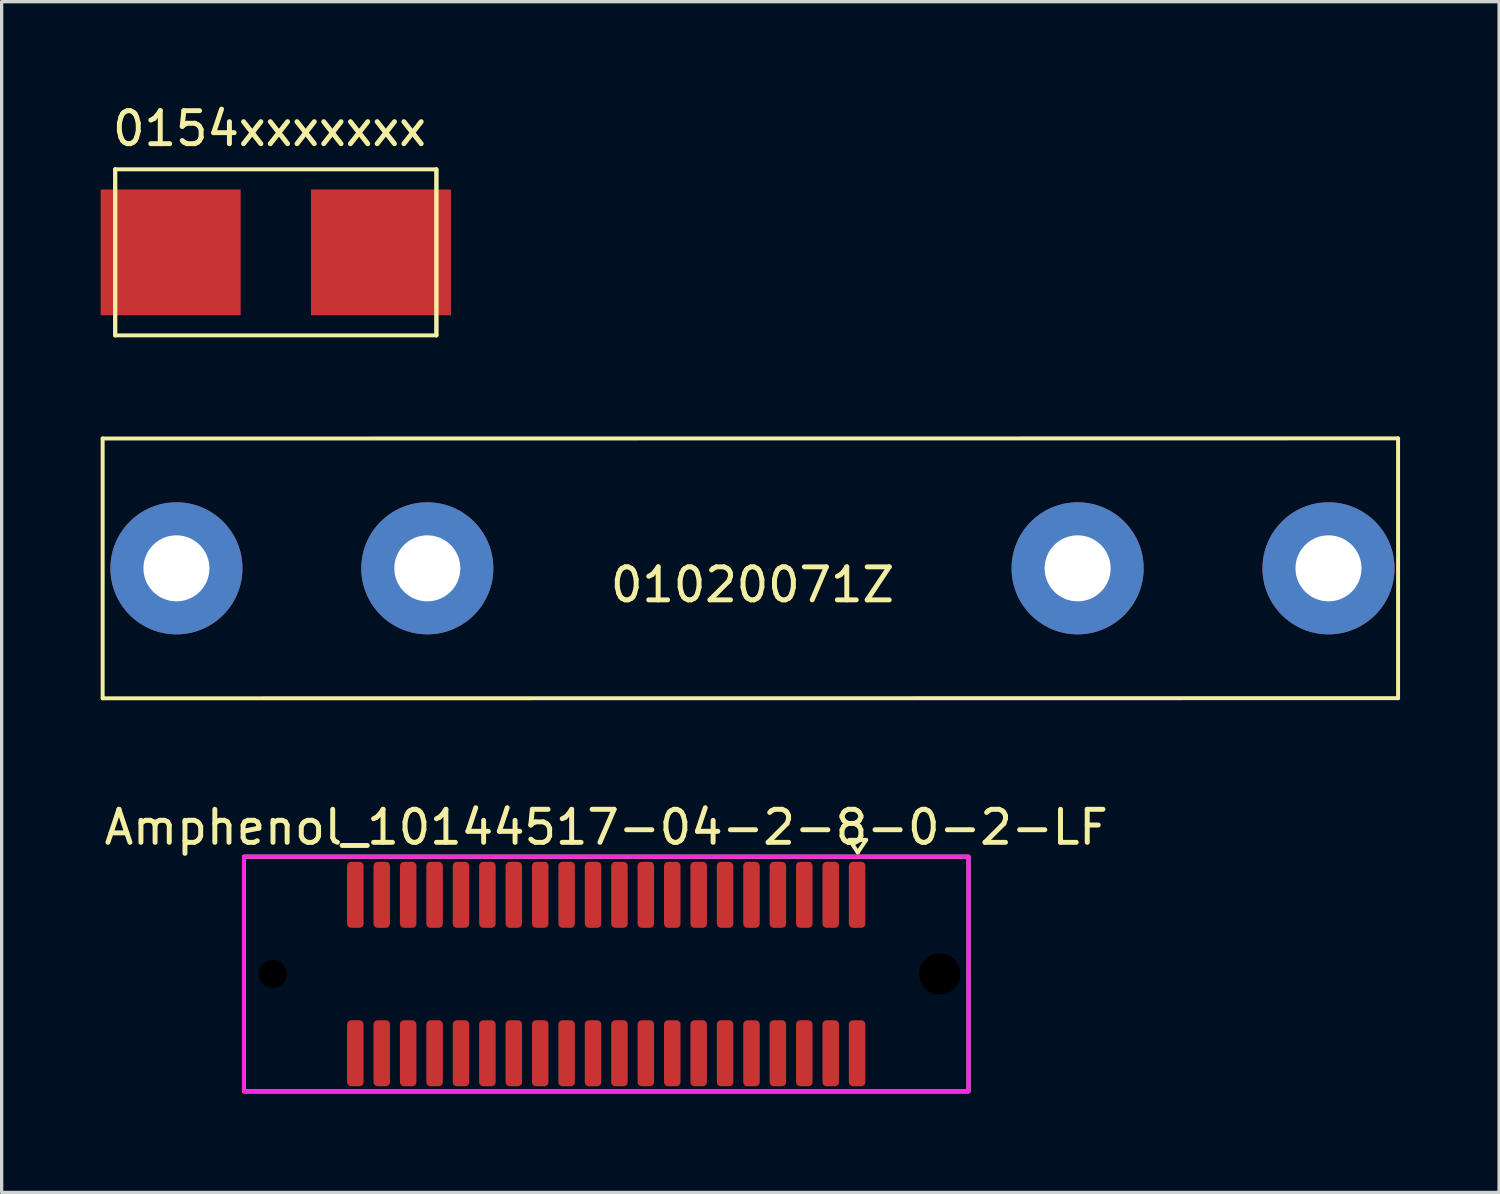
<source format=kicad_pcb>
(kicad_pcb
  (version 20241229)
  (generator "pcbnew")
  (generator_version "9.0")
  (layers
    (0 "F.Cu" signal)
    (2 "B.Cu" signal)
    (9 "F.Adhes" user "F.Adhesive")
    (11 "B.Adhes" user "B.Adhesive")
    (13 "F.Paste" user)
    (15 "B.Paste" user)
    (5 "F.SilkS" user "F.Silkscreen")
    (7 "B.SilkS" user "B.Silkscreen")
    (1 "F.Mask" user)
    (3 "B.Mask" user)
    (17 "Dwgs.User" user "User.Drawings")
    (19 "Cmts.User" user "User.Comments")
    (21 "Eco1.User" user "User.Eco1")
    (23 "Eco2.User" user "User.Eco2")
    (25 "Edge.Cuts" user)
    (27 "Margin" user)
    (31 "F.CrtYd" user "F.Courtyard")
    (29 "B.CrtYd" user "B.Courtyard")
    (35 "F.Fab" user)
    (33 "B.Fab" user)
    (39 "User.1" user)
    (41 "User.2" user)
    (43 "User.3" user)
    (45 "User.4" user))
  (footprint "0154xxxxxxx"
    (layer "F.Cu")
    (at 5.305 4.595)
    (property "Reference" "0154xxxxxxx" (at -0.191 -3.747 0) (layer "F.SilkS") (effects (font (size 1 1) (thickness 0.15))))
    (attr through_hole)
    (fp_line (start -4.865 -2.515) (end -4.865 2.515) (stroke (width 0.12) (type solid)) (layer "F.SilkS"))
    (fp_line (start -4.865 -2.515) (end -4.865 2.515) (stroke (width 0.12) (type solid)) (layer "F.SilkS"))
    (fp_line (start -4.865 -2.515) (end 4.865 -2.515) (stroke (width 0.12) (type solid)) (layer "F.SilkS"))
    (fp_line (start 4.865 -2.515) (end 4.865 2.515) (stroke (width 0.12) (type solid)) (layer "F.SilkS"))
    (fp_line (start 4.865 -2.515) (end 4.865 2.515) (stroke (width 0.12) (type solid)) (layer "F.SilkS"))
    (fp_line (start 4.865 2.515) (end -4.865 2.515) (stroke (width 0.12) (type solid)) (layer "F.SilkS"))
    (pad "1" smd rect (at -3.185 0) (size 4.24 3.81) (layers "F.Cu" "F.Mask" "F.Paste"))
    (pad "2" smd rect (at 3.185 0) (size 4.24 3.81) (layers "F.Cu" "F.Mask" "F.Paste")))
  (footprint "01020071Z"
    (layer "F.Cu")
    (at 19.745 14.167)
    (property "Reference" "01020071Z" (at 0 0.5 0) (layer "F.SilkS") (effects (font (size 1 1) (thickness 0.15))))
    (attr through_hole)
    (fp_line (start -19.685 -3.933) (end 19.558 -3.937) (stroke (width 0.12) (type solid)) (layer "F.SilkS"))
    (fp_line (start -19.685 3.937) (end -19.685 -3.933) (stroke (width 0.12) (type solid)) (layer "F.SilkS"))
    (fp_line (start -19.685 3.937) (end 19.558 3.933) (stroke (width 0.12) (type solid)) (layer "F.SilkS"))
    (fp_line (start 19.558 3.933) (end 19.558 -3.937) (stroke (width 0.12) (type solid)) (layer "F.SilkS"))
    (pad "1" thru_hole circle (at -17.45 0) (size 4 4) (drill 2) (layers "*.Cu" "*.Mask"))
    (pad "1" thru_hole circle (at -9.85 0) (size 4 4) (drill 2) (layers "*.Cu" "*.Mask"))
    (pad "2" thru_hole circle (at 9.85 0) (size 4 4) (drill 2) (layers "*.Cu" "*.Mask"))
    (pad "2" thru_hole circle (at 17.45 0) (size 4 4) (drill 2) (layers "*.Cu" "*.Mask")))
  (footprint "Amphenol_10144517-04-2-8-0-2-LF"
    (layer "F.Cu")
    (at 15.315 26.457)
    (property "Reference" "Amphenol_10144517-04-2-8-0-2-LF" (at 0 -4.445 0) (unlocked yes) (layer "F.SilkS") (effects (font (size 1 1) (thickness 0.15))))
    (attr smd)
    (fp_line (start 7.366 -4.064) (end 7.874 -4.064) (stroke (width 0.12) (type solid)) (layer "F.SilkS"))
    (fp_line (start 7.62 -3.683) (end 7.366 -4.064) (stroke (width 0.12) (type solid)) (layer "F.SilkS"))
    (fp_line (start 7.874 -4.064) (end 7.62 -3.683) (stroke (width 0.12) (type solid)) (layer "F.SilkS"))
    (fp_rect (start -10.975 -3.556) (end 10.975 3.556) (stroke (width 0.12) (type solid)) (fill no) (layer "F.SilkS"))
    (fp_rect (start -10.975 -3.556) (end 10.975 3.556) (stroke (width 0.12) (type solid)) (fill no) (layer "F.CrtYd"))
    (pad "" np_thru_hole circle (at -10.1 0 90) (size 0.85 0.85) (drill 0.85) (layers "*.Mask"))
    (pad "" np_thru_hole circle (at 10.1 0 90) (size 1.25 1.25) (drill 1.25) (layers "*.Mask"))
    (pad "1" smd roundrect (at 7.6 -2.4 90) (size 2 0.5) (layers "F.Cu" "F.Mask" "F.Paste") (roundrect_rratio 0.25))
    (pad "2" smd roundrect (at 7.6 2.4 90) (size 2 0.5) (layers "F.Cu" "F.Mask" "F.Paste") (roundrect_rratio 0.25))
    (pad "3" smd roundrect (at 6.8 -2.4 90) (size 2 0.5) (layers "F.Cu" "F.Mask" "F.Paste") (roundrect_rratio 0.25))
    (pad "4" smd roundrect (at 6.8 2.4 90) (size 2 0.5) (layers "F.Cu" "F.Mask" "F.Paste") (roundrect_rratio 0.25))
    (pad "5" smd roundrect (at 6 -2.4 90) (size 2 0.5) (layers "F.Cu" "F.Mask" "F.Paste") (roundrect_rratio 0.25))
    (pad "6" smd roundrect (at 6 2.4 90) (size 2 0.5) (layers "F.Cu" "F.Mask" "F.Paste") (roundrect_rratio 0.25))
    (pad "7" smd roundrect (at 5.2 -2.4 90) (size 2 0.5) (layers "F.Cu" "F.Mask" "F.Paste") (roundrect_rratio 0.25))
    (pad "8" smd roundrect (at 5.2 2.4 90) (size 2 0.5) (layers "F.Cu" "F.Mask" "F.Paste") (roundrect_rratio 0.25))
    (pad "9" smd roundrect (at 4.4 -2.4 90) (size 2 0.5) (layers "F.Cu" "F.Mask" "F.Paste") (roundrect_rratio 0.25))
    (pad "10" smd roundrect (at 4.4 2.4 90) (size 2 0.5) (layers "F.Cu" "F.Mask" "F.Paste") (roundrect_rratio 0.25))
    (pad "11" smd roundrect (at 3.6 -2.4 90) (size 2 0.5) (layers "F.Cu" "F.Mask" "F.Paste") (roundrect_rratio 0.25))
    (pad "12" smd roundrect (at 3.6 2.4 90) (size 2 0.5) (layers "F.Cu" "F.Mask" "F.Paste") (roundrect_rratio 0.25))
    (pad "13" smd roundrect (at 2.8 -2.4 90) (size 2 0.5) (layers "F.Cu" "F.Mask" "F.Paste") (roundrect_rratio 0.25))
    (pad "14" smd roundrect (at 2.8 2.4 90) (size 2 0.5) (layers "F.Cu" "F.Mask" "F.Paste") (roundrect_rratio 0.25))
    (pad "15" smd roundrect (at 2 -2.4 90) (size 2 0.5) (layers "F.Cu" "F.Mask" "F.Paste") (roundrect_rratio 0.25))
    (pad "16" smd roundrect (at 2 2.4 90) (size 2 0.5) (layers "F.Cu" "F.Mask" "F.Paste") (roundrect_rratio 0.25))
    (pad "17" smd roundrect (at 1.2 -2.4 90) (size 2 0.5) (layers "F.Cu" "F.Mask" "F.Paste") (roundrect_rratio 0.25))
    (pad "18" smd roundrect (at 1.2 2.4 90) (size 2 0.5) (layers "F.Cu" "F.Mask" "F.Paste") (roundrect_rratio 0.25))
    (pad "19" smd roundrect (at 0.4 -2.4 90) (size 2 0.5) (layers "F.Cu" "F.Mask" "F.Paste") (roundrect_rratio 0.25))
    (pad "20" smd roundrect (at 0.4 2.4 90) (size 2 0.5) (layers "F.Cu" "F.Mask" "F.Paste") (roundrect_rratio 0.25))
    (pad "21" smd roundrect (at -0.4 -2.4 90) (size 2 0.5) (layers "F.Cu" "F.Mask" "F.Paste") (roundrect_rratio 0.25))
    (pad "22" smd roundrect (at -0.4 2.4 90) (size 2 0.5) (layers "F.Cu" "F.Mask" "F.Paste") (roundrect_rratio 0.25))
    (pad "23" smd roundrect (at -1.2 -2.4 90) (size 2 0.5) (layers "F.Cu" "F.Mask" "F.Paste") (roundrect_rratio 0.25))
    (pad "24" smd roundrect (at -1.2 2.4 90) (size 2 0.5) (layers "F.Cu" "F.Mask" "F.Paste") (roundrect_rratio 0.25))
    (pad "25" smd roundrect (at -2 -2.4 90) (size 2 0.5) (layers "F.Cu" "F.Mask" "F.Paste") (roundrect_rratio 0.25))
    (pad "26" smd roundrect (at -2 2.4 90) (size 2 0.5) (layers "F.Cu" "F.Mask" "F.Paste") (roundrect_rratio 0.25))
    (pad "27" smd roundrect (at -2.8 -2.4 90) (size 2 0.5) (layers "F.Cu" "F.Mask" "F.Paste") (roundrect_rratio 0.25))
    (pad "28" smd roundrect (at -2.8 2.4 90) (size 2 0.5) (layers "F.Cu" "F.Mask" "F.Paste") (roundrect_rratio 0.25))
    (pad "29" smd roundrect (at -3.6 -2.4 90) (size 2 0.5) (layers "F.Cu" "F.Mask" "F.Paste") (roundrect_rratio 0.25))
    (pad "30" smd roundrect (at -3.6 2.4 90) (size 2 0.5) (layers "F.Cu" "F.Mask" "F.Paste") (roundrect_rratio 0.25))
    (pad "31" smd roundrect (at -4.4 -2.4 90) (size 2 0.5) (layers "F.Cu" "F.Mask" "F.Paste") (roundrect_rratio 0.25))
    (pad "32" smd roundrect (at -4.4 2.4 90) (size 2 0.5) (layers "F.Cu" "F.Mask" "F.Paste") (roundrect_rratio 0.25))
    (pad "33" smd roundrect (at -5.2 -2.4 90) (size 2 0.5) (layers "F.Cu" "F.Mask" "F.Paste") (roundrect_rratio 0.25))
    (pad "34" smd roundrect (at -5.2 2.4 90) (size 2 0.5) (layers "F.Cu" "F.Mask" "F.Paste") (roundrect_rratio 0.25))
    (pad "35" smd roundrect (at -6 -2.4 90) (size 2 0.5) (layers "F.Cu" "F.Mask" "F.Paste") (roundrect_rratio 0.25))
    (pad "36" smd roundrect (at -6 2.4 90) (size 2 0.5) (layers "F.Cu" "F.Mask" "F.Paste") (roundrect_rratio 0.25))
    (pad "37" smd roundrect (at -6.8 -2.4 90) (size 2 0.5) (layers "F.Cu" "F.Mask" "F.Paste") (roundrect_rratio 0.25))
    (pad "38" smd roundrect (at -6.8 2.4 90) (size 2 0.5) (layers "F.Cu" "F.Mask" "F.Paste") (roundrect_rratio 0.25))
    (pad "39" smd roundrect (at -7.6 -2.4 90) (size 2 0.5) (layers "F.Cu" "F.Mask" "F.Paste") (roundrect_rratio 0.25))
    (pad "40" smd roundrect (at -7.6 2.4 90) (size 2 0.5) (layers "F.Cu" "F.Mask" "F.Paste") (roundrect_rratio 0.25)))
  (gr_rect
    (start -3 -3)
    (end 42.363 33.073)
    (stroke (width 0.1) (type default))
    (fill no)
    (layer "Edge.Cuts")))
</source>
